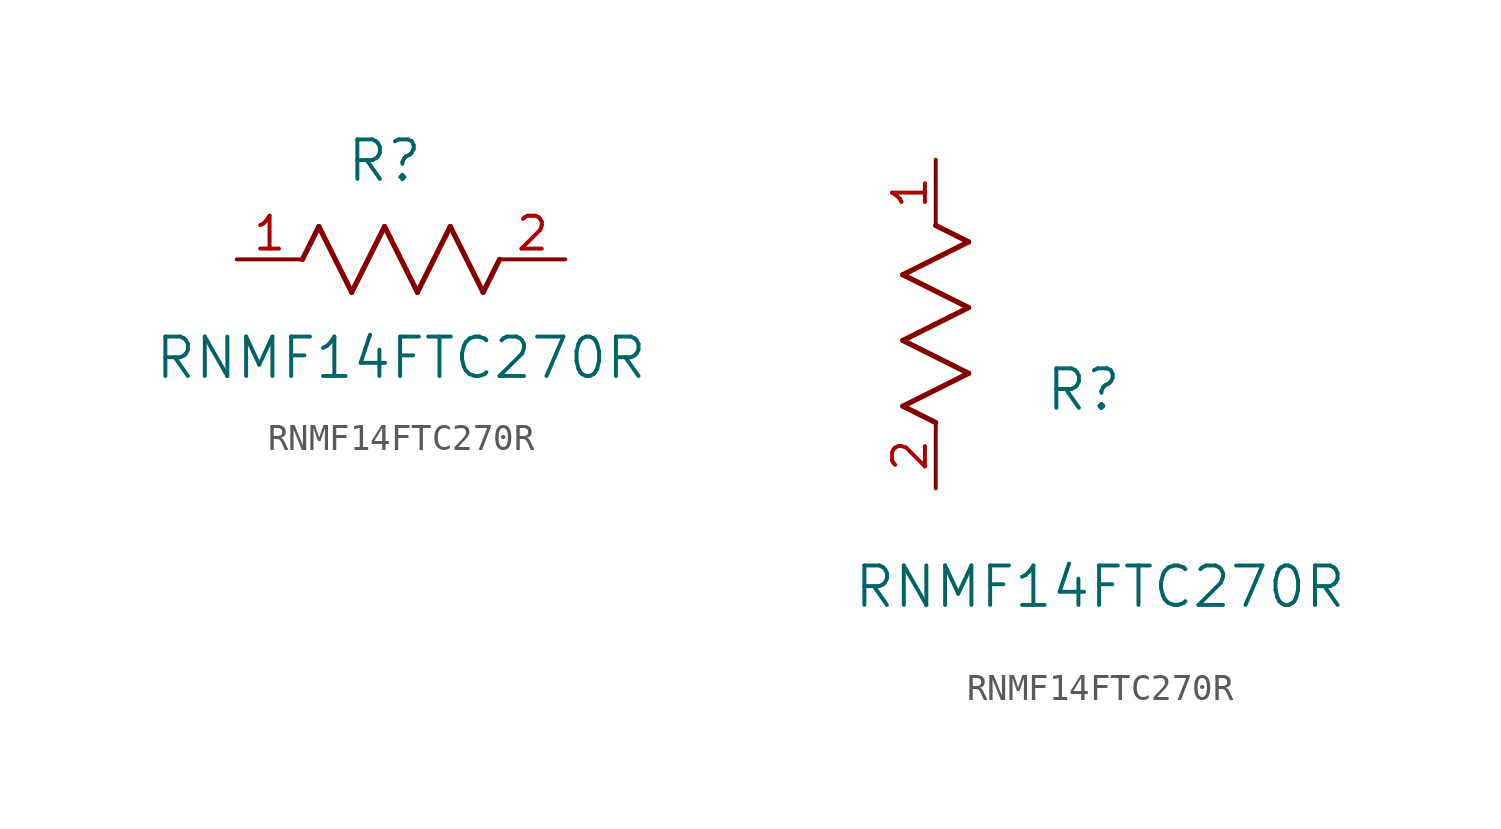
<source format=kicad_sym>
(kicad_symbol_lib
  (version 20211014)
  (generator kicad_symbol_editor)
  (symbol "RNMF14FTC270R"
    (pin_names
      (offset 0.254))
    (property "Reference" "R"
      (at 5.715 3.81 0)
      (effects (font (size 1.524 1.524))))
    (property "Value" "RNMF14FTC270R"
      (at 6.35 -3.81 0)
      (effects (font (size 1.524 1.524))))
    (symbol "RNMF14FTC270R_1_1"
      (polyline (pts (xy 3.175 1.27) (xy 4.445 -1.27)) (stroke (width 0.203) (type default) (color 0 0 0 0)) (fill (type none)))
      (polyline (pts (xy 4.445 -1.27) (xy 5.715 1.27)) (stroke (width 0.203) (type default) (color 0 0 0 0)) (fill (type none)))
      (polyline (pts (xy 5.715 1.27) (xy 6.985 -1.27)) (stroke (width 0.203) (type default) (color 0 0 0 0)) (fill (type none)))
      (polyline (pts (xy 6.985 -1.27) (xy 8.255 1.27)) (stroke (width 0.203) (type default) (color 0 0 0 0)) (fill (type none)))
      (polyline (pts (xy 8.255 1.27) (xy 9.525 -1.27)) (stroke (width 0.203) (type default) (color 0 0 0 0)) (fill (type none)))
      (polyline (pts (xy 2.54 0) (xy 3.175 1.27)) (stroke (width 0.203) (type default) (color 0 0 0 0)) (fill (type none)))
      (polyline (pts (xy 9.525 -1.27) (xy 10.16 0)) (stroke (width 0.203) (type default) (color 0 0 0 0)) (fill (type none)))
      (pin unspecified line (at 0 0 0) (length 2.54) (name "" (effects (font (size 1.27 1.27)))) (number "1" (effects (font (size 1.27 1.27)))))
      (pin unspecified line (at 12.7 0 180) (length 2.54) (name "" (effects (font (size 1.27 1.27)))) (number "2" (effects (font (size 1.27 1.27))))))
    (symbol "RNMF14FTC270R_1_2"
      (polyline (pts (xy 0 2.54) (xy -1.27 3.175)) (stroke (width 0.203) (type default) (color 0 0 0 0)) (fill (type none)))
      (polyline (pts (xy -1.27 3.175) (xy 1.27 4.445)) (stroke (width 0.203) (type default) (color 0 0 0 0)) (fill (type none)))
      (polyline (pts (xy 1.27 4.445) (xy -1.27 5.715)) (stroke (width 0.203) (type default) (color 0 0 0 0)) (fill (type none)))
      (polyline (pts (xy -1.27 5.715) (xy 1.27 6.985)) (stroke (width 0.203) (type default) (color 0 0 0 0)) (fill (type none)))
      (polyline (pts (xy -1.27 8.255) (xy 1.27 9.525)) (stroke (width 0.203) (type default) (color 0 0 0 0)) (fill (type none)))
      (polyline (pts (xy 1.27 9.525) (xy 0 10.16)) (stroke (width 0.203) (type default) (color 0 0 0 0)) (fill (type none)))
      (polyline (pts (xy 1.27 6.985) (xy -1.27 8.255)) (stroke (width 0.203) (type default) (color 0 0 0 0)) (fill (type none)))
      (pin unspecified line (at 0 12.7 270) (length 2.54) (name "" (effects (font (size 1.27 1.27)))) (number "1" (effects (font (size 1.27 1.27)))))
      (pin unspecified line (at 0 0 90) (length 2.54) (name "" (effects (font (size 1.27 1.27)))) (number "2" (effects (font (size 1.27 1.27))))))))
</source>
